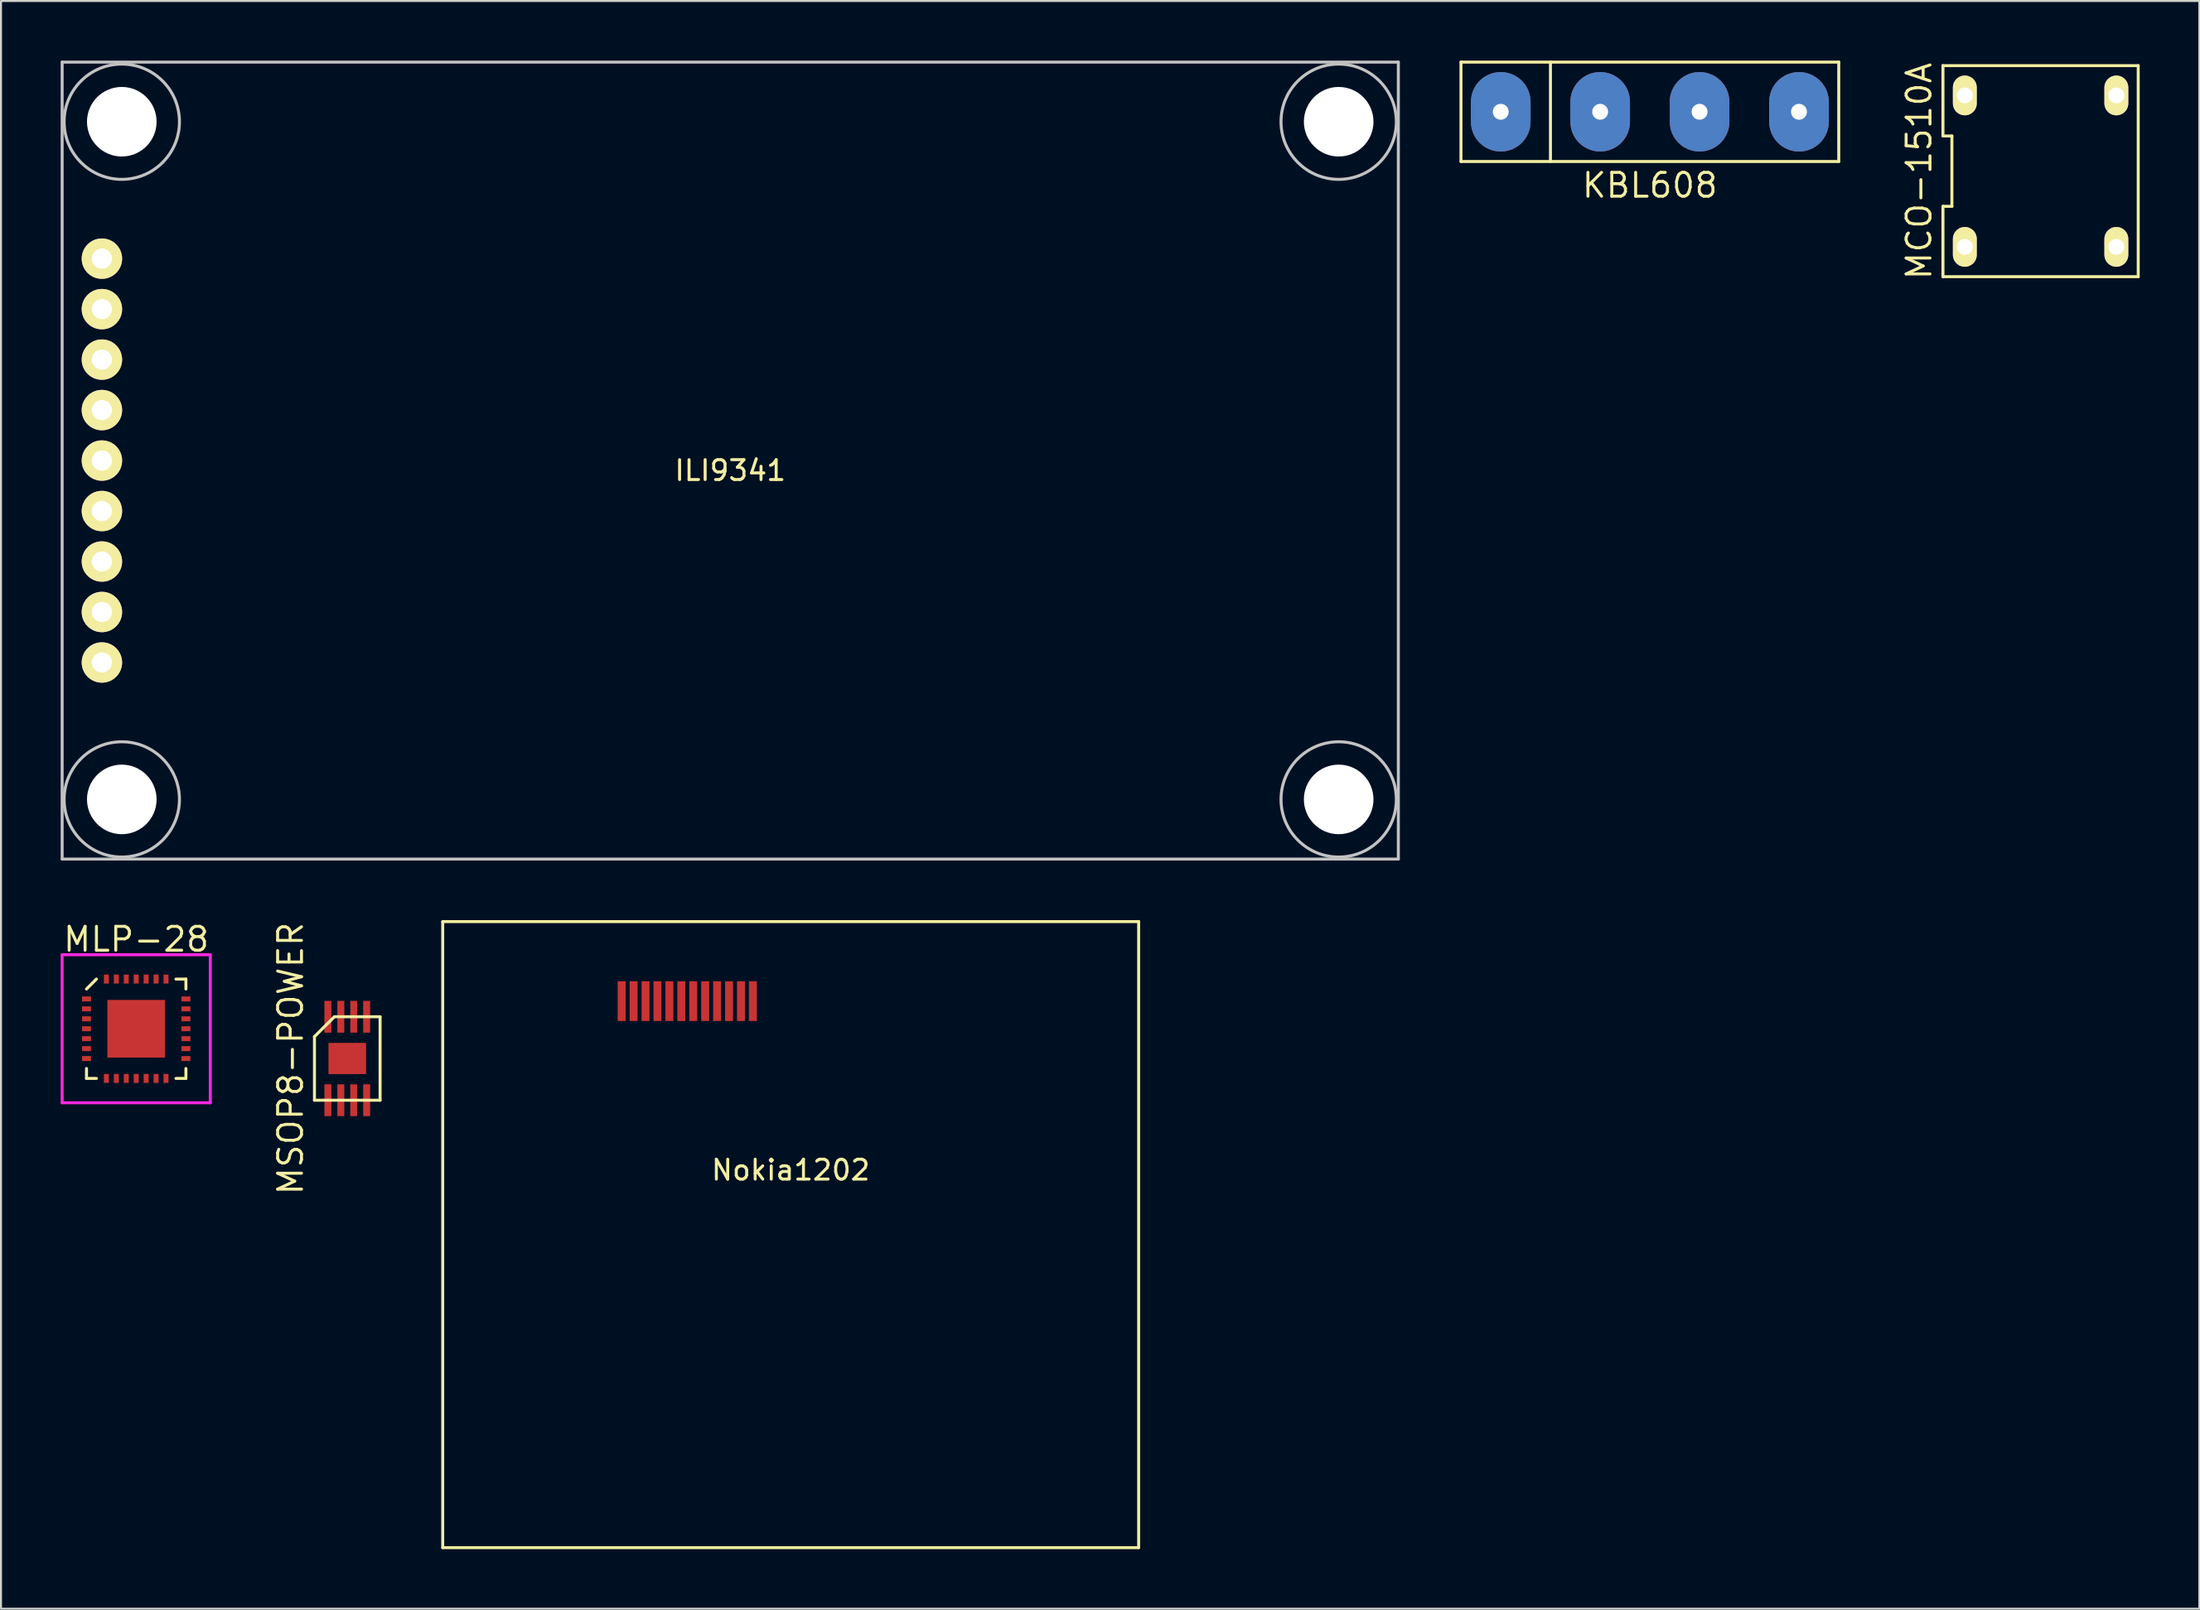
<source format=kicad_pcb>
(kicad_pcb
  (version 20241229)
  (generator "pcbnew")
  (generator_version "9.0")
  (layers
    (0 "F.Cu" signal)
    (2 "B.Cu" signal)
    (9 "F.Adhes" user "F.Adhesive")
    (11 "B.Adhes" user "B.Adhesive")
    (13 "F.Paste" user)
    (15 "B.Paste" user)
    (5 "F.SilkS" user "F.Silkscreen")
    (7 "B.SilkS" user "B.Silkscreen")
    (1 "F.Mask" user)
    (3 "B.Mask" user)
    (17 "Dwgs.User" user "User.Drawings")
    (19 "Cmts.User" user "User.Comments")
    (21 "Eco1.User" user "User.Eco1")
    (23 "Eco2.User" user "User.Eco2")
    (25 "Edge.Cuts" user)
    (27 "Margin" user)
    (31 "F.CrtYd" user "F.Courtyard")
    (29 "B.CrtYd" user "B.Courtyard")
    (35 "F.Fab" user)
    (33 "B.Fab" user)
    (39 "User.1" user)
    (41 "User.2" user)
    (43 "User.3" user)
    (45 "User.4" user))
  (footprint "ILI9341"
    (layer "F.Cu")
    (at 33.675 20.125)
    (property "Reference" "ILI9341" (at 0 0.5 0) (layer "F.SilkS") (effects (font (size 1 1) (thickness 0.15))))
    (attr through_hole)
    (fp_line (start -33.6 -20.05) (end -33.6 20.05) (stroke (width 0.15) (type solid)) (layer "Dwgs.User"))
    (fp_line (start -33.6 -20.05) (end 33.6 -20.05) (stroke (width 0.15) (type solid)) (layer "Dwgs.User"))
    (fp_line (start -33.6 20.05) (end 33.6 20.05) (stroke (width 0.15) (type solid)) (layer "Dwgs.User"))
    (fp_line (start 33.6 -20.05) (end 33.6 20.05) (stroke (width 0.15) (type solid)) (layer "Dwgs.User"))
    (fp_circle (center -30.6 -17.05) (end -30.6 -19.95) (stroke (width 0.15) (type solid)) (fill no) (layer "Dwgs.User"))
    (fp_circle (center -30.6 17.05) (end -30.6 19.95) (stroke (width 0.15) (type solid)) (fill no) (layer "Dwgs.User"))
    (fp_circle (center 30.6 -17.05) (end 30.6 -19.95) (stroke (width 0.15) (type solid)) (fill no) (layer "Dwgs.User"))
    (fp_circle (center 30.6 17.05) (end 30.6 19.95) (stroke (width 0.15) (type solid)) (fill no) (layer "Dwgs.User"))
    (pad "" np_thru_hole circle (at -30.6 -17.05) (size 3.5 3.5) (drill 3.5) (layers "*.Cu"))
    (pad "" np_thru_hole circle (at -30.6 17.05) (size 3.5 3.5) (drill 3.5) (layers "*.Cu"))
    (pad "" np_thru_hole circle (at 30.6 -17.05) (size 3.5 3.5) (drill 3.5) (layers "*.Cu"))
    (pad "" np_thru_hole circle (at 30.6 17.05) (size 3.5 3.5) (drill 3.5) (layers "*.Cu"))
    (pad "1" thru_hole circle (at -31.6 -10.16) (size 2.032 2.032) (drill 1.016) (layers "*.Cu" "*.Mask" "F.SilkS"))
    (pad "2" thru_hole circle (at -31.6 -7.62) (size 2.032 2.032) (drill 1.016) (layers "*.Cu" "*.Mask" "F.SilkS"))
    (pad "3" thru_hole circle (at -31.6 -5.08) (size 2.032 2.032) (drill 1.016) (layers "*.Cu" "*.Mask" "F.SilkS"))
    (pad "4" thru_hole circle (at -31.6 -2.54) (size 2.032 2.032) (drill 1.016) (layers "*.Cu" "*.Mask" "F.SilkS"))
    (pad "5" thru_hole circle (at -31.6 0) (size 2.032 2.032) (drill 1.016) (layers "*.Cu" "*.Mask" "F.SilkS"))
    (pad "6" thru_hole circle (at -31.6 2.54) (size 2.032 2.032) (drill 1.016) (layers "*.Cu" "*.Mask" "F.SilkS"))
    (pad "7" thru_hole circle (at -31.6 5.08) (size 2.032 2.032) (drill 1.016) (layers "*.Cu" "*.Mask" "F.SilkS"))
    (pad "8" thru_hole circle (at -31.6 7.62) (size 2.032 2.032) (drill 1.016) (layers "*.Cu" "*.Mask" "F.SilkS"))
    (pad "9" thru_hole circle (at -31.6 10.16) (size 2.032 2.032) (drill 1.016) (layers "*.Cu" "*.Mask" "F.SilkS")))
  (footprint "KBL608"
    (layer "F.Cu")
    (at 79.925 2.575)
    (property "Reference" "KBL608" (at 0 3.7 0) (layer "F.SilkS") (effects (font (size 1.2 1.2) (thickness 0.15))))
    (attr through_hole)
    (fp_line (start -9.5 -2.5) (end 9.5 -2.5) (stroke (width 0.15) (type solid)) (layer "F.SilkS"))
    (fp_line (start -9.5 2.5) (end -9.5 -2.5) (stroke (width 0.15) (type solid)) (layer "F.SilkS"))
    (fp_line (start -5 -2.5) (end -5 2.5) (stroke (width 0.15) (type solid)) (layer "F.SilkS"))
    (fp_line (start 9.5 -2.5) (end 9.5 2.5) (stroke (width 0.15) (type solid)) (layer "F.SilkS"))
    (fp_line (start 9.5 2.5) (end -9.5 2.5) (stroke (width 0.15) (type solid)) (layer "F.SilkS"))
    (pad "1" thru_hole oval (at -7.5 0) (size 3 4) (drill 0.8) (layers "*.Cu" "*.Mask"))
    (pad "2" thru_hole oval (at -2.5 0) (size 3 4) (drill 0.8) (layers "*.Cu" "*.Mask"))
    (pad "3" thru_hole oval (at 2.5 0) (size 3 4) (drill 0.8) (layers "*.Cu" "*.Mask"))
    (pad "4" thru_hole oval (at 7.5 0) (size 3 4) (drill 0.8) (layers "*.Cu" "*.Mask")))
  (footprint "MLP-28"
    (layer "F.Cu")
    (at 3.8 48.715)
    (property "Reference" "MLP-28" (at 0 -4.5 0) (layer "F.SilkS") (effects (font (size 1.2 1.2) (thickness 0.15))))
    (attr through_hole)
    (fp_line (start -2.5 -2) (end -2 -2.5) (stroke (width 0.15) (type solid)) (layer "F.SilkS"))
    (fp_line (start -2.5 2.5) (end -2.5 2) (stroke (width 0.15) (type solid)) (layer "F.SilkS"))
    (fp_line (start -2 2.5) (end -2.5 2.5) (stroke (width 0.15) (type solid)) (layer "F.SilkS"))
    (fp_line (start 2 -2.5) (end 2.5 -2.5) (stroke (width 0.15) (type solid)) (layer "F.SilkS"))
    (fp_line (start 2 2.5) (end 2.5 2.5) (stroke (width 0.15) (type solid)) (layer "F.SilkS"))
    (fp_line (start 2.5 -2.5) (end 2.5 -2) (stroke (width 0.15) (type solid)) (layer "F.SilkS"))
    (fp_line (start 2.5 2.5) (end 2.5 2) (stroke (width 0.15) (type solid)) (layer "F.SilkS"))
    (fp_line (start -3.725 -3.725) (end 3.725 -3.725) (stroke (width 0.15) (type solid)) (layer "F.CrtYd"))
    (fp_line (start -3.725 3.725) (end -3.725 -3.725) (stroke (width 0.15) (type solid)) (layer "F.CrtYd"))
    (fp_line (start 3.725 -3.725) (end 3.725 3.725) (stroke (width 0.15) (type solid)) (layer "F.CrtYd"))
    (fp_line (start 3.725 3.725) (end -3.725 3.725) (stroke (width 0.15) (type solid)) (layer "F.CrtYd"))
    (pad "1" smd rect (at -2.5 -1.5 90) (size 0.25 0.45) (layers "F.Cu" "F.Mask" "F.Paste"))
    (pad "2" smd rect (at -2.5 -1 90) (size 0.25 0.45) (layers "F.Cu" "F.Mask" "F.Paste"))
    (pad "3" smd rect (at -2.5 -0.5 90) (size 0.25 0.45) (layers "F.Cu" "F.Mask" "F.Paste"))
    (pad "3" smd rect (at 0 0) (size 2.9 2.9) (layers "F.Cu" "F.Mask" "F.Paste"))
    (pad "4" smd rect (at -2.5 0 90) (size 0.25 0.45) (layers "F.Cu" "F.Mask" "F.Paste"))
    (pad "5" smd rect (at -2.5 0.5 90) (size 0.25 0.45) (layers "F.Cu" "F.Mask" "F.Paste"))
    (pad "6" smd rect (at -2.5 1 90) (size 0.25 0.45) (layers "F.Cu" "F.Mask" "F.Paste"))
    (pad "7" smd rect (at -2.5 1.5 90) (size 0.25 0.45) (layers "F.Cu" "F.Mask" "F.Paste"))
    (pad "8" smd rect (at -1.5 2.5) (size 0.25 0.45) (layers "F.Cu" "F.Mask" "F.Paste"))
    (pad "9" smd rect (at -1 2.5) (size 0.25 0.45) (layers "F.Cu" "F.Mask" "F.Paste"))
    (pad "10" smd rect (at -0.5 2.5) (size 0.25 0.45) (layers "F.Cu" "F.Mask" "F.Paste"))
    (pad "11" smd rect (at 0 2.5) (size 0.25 0.45) (layers "F.Cu" "F.Mask" "F.Paste"))
    (pad "12" smd rect (at 0.5 2.5) (size 0.25 0.45) (layers "F.Cu" "F.Mask" "F.Paste"))
    (pad "13" smd rect (at 1 2.5) (size 0.25 0.45) (layers "F.Cu" "F.Mask" "F.Paste"))
    (pad "14" smd rect (at 1.5 2.5) (size 0.25 0.45) (layers "F.Cu" "F.Mask" "F.Paste"))
    (pad "15" smd rect (at 2.5 1.5 90) (size 0.25 0.45) (layers "F.Cu" "F.Mask" "F.Paste"))
    (pad "16" smd rect (at 2.5 1 90) (size 0.25 0.45) (layers "F.Cu" "F.Mask" "F.Paste"))
    (pad "17" smd rect (at 2.5 0.5 90) (size 0.25 0.45) (layers "F.Cu" "F.Mask" "F.Paste"))
    (pad "18" smd rect (at 2.5 0 90) (size 0.25 0.45) (layers "F.Cu" "F.Mask" "F.Paste"))
    (pad "19" smd rect (at 2.5 -0.5 90) (size 0.25 0.45) (layers "F.Cu" "F.Mask" "F.Paste"))
    (pad "20" smd rect (at 2.5 -1 90) (size 0.25 0.45) (layers "F.Cu" "F.Mask" "F.Paste"))
    (pad "21" smd rect (at 2.5 -1.5 90) (size 0.25 0.45) (layers "F.Cu" "F.Mask" "F.Paste"))
    (pad "22" smd rect (at 1.5 -2.5) (size 0.25 0.45) (layers "F.Cu" "F.Mask" "F.Paste"))
    (pad "23" smd rect (at 1 -2.5) (size 0.25 0.45) (layers "F.Cu" "F.Mask" "F.Paste"))
    (pad "24" smd rect (at 0.5 -2.5) (size 0.25 0.45) (layers "F.Cu" "F.Mask" "F.Paste"))
    (pad "25" smd rect (at 0 -2.5) (size 0.25 0.45) (layers "F.Cu" "F.Mask" "F.Paste"))
    (pad "26" smd rect (at -0.5 -2.5) (size 0.25 0.45) (layers "F.Cu" "F.Mask" "F.Paste"))
    (pad "27" smd rect (at -1 -2.5) (size 0.25 0.45) (layers "F.Cu" "F.Mask" "F.Paste"))
    (pad "28" smd rect (at -1.5 -2.5) (size 0.25 0.45) (layers "F.Cu" "F.Mask" "F.Paste")))
  (footprint "Nokia1202"
    (layer "F.Cu")
    (at 36.715 58.825)
    (property "Reference" "Nokia1202" (at 0 -3 0) (layer "F.SilkS") (effects (font (size 1 1) (thickness 0.15))))
    (attr through_hole)
    (fp_line (start -17.5 -15.5) (end 17.5 -15.5) (stroke (width 0.15) (type solid)) (layer "F.SilkS"))
    (fp_line (start -17.5 16) (end -17.5 -15.5) (stroke (width 0.15) (type solid)) (layer "F.SilkS"))
    (fp_line (start 17.5 -15.5) (end 17.5 16) (stroke (width 0.15) (type solid)) (layer "F.SilkS"))
    (fp_line (start 17.5 16) (end -17.5 16) (stroke (width 0.15) (type solid)) (layer "F.SilkS"))
    (pad "0" smd rect (at -8.5 -11.5) (size 0.4 2) (layers "F.Cu" "F.Mask" "F.Paste"))
    (pad "1" smd rect (at -7.9 -11.5) (size 0.4 2) (layers "F.Cu" "F.Mask" "F.Paste"))
    (pad "2" smd rect (at -7.3 -11.5) (size 0.4 2) (layers "F.Cu" "F.Mask" "F.Paste"))
    (pad "3" smd rect (at -6.7 -11.5) (size 0.4 2) (layers "F.Cu" "F.Mask" "F.Paste"))
    (pad "4" smd rect (at -6.1 -11.5) (size 0.4 2) (layers "F.Cu" "F.Mask" "F.Paste"))
    (pad "5" smd rect (at -5.5 -11.5) (size 0.4 2) (layers "F.Cu" "F.Mask" "F.Paste"))
    (pad "6" smd rect (at -4.9 -11.5) (size 0.4 2) (layers "F.Cu" "F.Mask" "F.Paste"))
    (pad "7" smd rect (at -4.3 -11.5) (size 0.4 2) (layers "F.Cu" "F.Mask" "F.Paste"))
    (pad "8" smd rect (at -3.7 -11.5) (size 0.4 2) (layers "F.Cu" "F.Mask" "F.Paste"))
    (pad "9" smd rect (at -3.1 -11.5) (size 0.4 2) (layers "F.Cu" "F.Mask" "F.Paste"))
    (pad "10" smd rect (at -2.5 -11.5) (size 0.4 2) (layers "F.Cu" "F.Mask" "F.Paste"))
    (pad "11" smd rect (at -1.9 -11.5) (size 0.4 2) (layers "F.Cu" "F.Mask" "F.Paste")))
  (footprint "MCO-1510A"
    (layer "F.Cu")
    (at 99.575 5.562)
    (property "Reference" "MCO-1510A" (at -6.11 0 90) (layer "F.SilkS") (effects (font (size 1.2 1.2) (thickness 0.15))))
    (attr through_hole)
    (fp_line (start -4.91 -5.31) (end -4.91 -1.77) (stroke (width 0.15) (type solid)) (layer "F.SilkS"))
    (fp_line (start -4.91 -1.77) (end -4.46 -1.77) (stroke (width 0.15) (type solid)) (layer "F.SilkS"))
    (fp_line (start -4.91 1.77) (end -4.91 5.31) (stroke (width 0.15) (type solid)) (layer "F.SilkS"))
    (fp_line (start -4.91 5.31) (end 4.91 5.31) (stroke (width 0.15) (type solid)) (layer "F.SilkS"))
    (fp_line (start -4.46 -1.77) (end -4.46 1.77) (stroke (width 0.15) (type solid)) (layer "F.SilkS"))
    (fp_line (start -4.46 1.77) (end -4.91 1.77) (stroke (width 0.15) (type solid)) (layer "F.SilkS"))
    (fp_line (start 4.91 -5.31) (end -4.91 -5.31) (stroke (width 0.15) (type solid)) (layer "F.SilkS"))
    (fp_line (start 4.91 5.31) (end 4.91 -5.31) (stroke (width 0.15) (type solid)) (layer "F.SilkS"))
    (pad "1" thru_hole oval (at -3.81 3.81) (size 1.2 2) (drill 0.8) (layers "*.Cu" "*.Mask" "F.SilkS"))
    (pad "2" thru_hole oval (at 3.81 3.81) (size 1.2 2) (drill 0.8) (layers "*.Cu" "*.Mask" "F.SilkS"))
    (pad "3" thru_hole oval (at 3.81 -3.81) (size 1.2 2) (drill 0.8) (layers "*.Cu" "*.Mask" "F.SilkS"))
    (pad "4" thru_hole oval (at -3.81 -3.81) (size 1.2 2) (drill 0.8) (layers "*.Cu" "*.Mask" "F.SilkS")))
  (footprint "MSOP8-POWER"
    (layer "F.Cu")
    (at 14.415 50.212)
    (property "Reference" "MSOP8-POWER" (at -2.85 0 90) (layer "F.SilkS") (effects (font (size 1.2 1.2) (thickness 0.15))))
    (attr through_hole)
    (fp_line (start -1.65 -1.1) (end -1.65 2.1) (stroke (width 0.15) (type solid)) (layer "F.SilkS"))
    (fp_line (start -1.65 2.1) (end 1.65 2.1) (stroke (width 0.15) (type solid)) (layer "F.SilkS"))
    (fp_line (start -0.65 -2.1) (end -1.65 -1.1) (stroke (width 0.15) (type solid)) (layer "F.SilkS"))
    (fp_line (start 1.65 -2.1) (end -0.65 -2.1) (stroke (width 0.15) (type solid)) (layer "F.SilkS"))
    (fp_line (start 1.65 2.1) (end 1.65 -2.1) (stroke (width 0.15) (type solid)) (layer "F.SilkS"))
    (pad "1" smd rect (at -0.975 2.1) (size 0.35 1.6) (layers "F.Cu" "F.Mask" "F.Paste"))
    (pad "2" smd rect (at -0.325 2.1) (size 0.35 1.6) (layers "F.Cu" "F.Mask" "F.Paste"))
    (pad "3" smd rect (at 0.325 2.1) (size 0.35 1.6) (layers "F.Cu" "F.Mask" "F.Paste"))
    (pad "4" smd rect (at 0.975 2.1) (size 0.35 1.6) (layers "F.Cu" "F.Mask" "F.Paste"))
    (pad "5" smd rect (at 0.975 -2.1) (size 0.35 1.6) (layers "F.Cu" "F.Mask" "F.Paste"))
    (pad "6" smd rect (at 0.325 -2.1) (size 0.35 1.6) (layers "F.Cu" "F.Mask" "F.Paste"))
    (pad "7" smd rect (at -0.325 -2.1) (size 0.35 1.6) (layers "F.Cu" "F.Mask" "F.Paste"))
    (pad "8" smd rect (at -0.975 -2.1) (size 0.35 1.6) (layers "F.Cu" "F.Mask" "F.Paste"))
    (pad "9" smd rect (at 0 0) (size 1.89 1.57) (layers "F.Cu" "F.Mask" "F.Paste")))
  (gr_rect
    (start -3 -3)
    (end 107.56 77.9)
    (stroke (width 0.1) (type default))
    (fill no)
    (layer "Edge.Cuts")))
</source>
